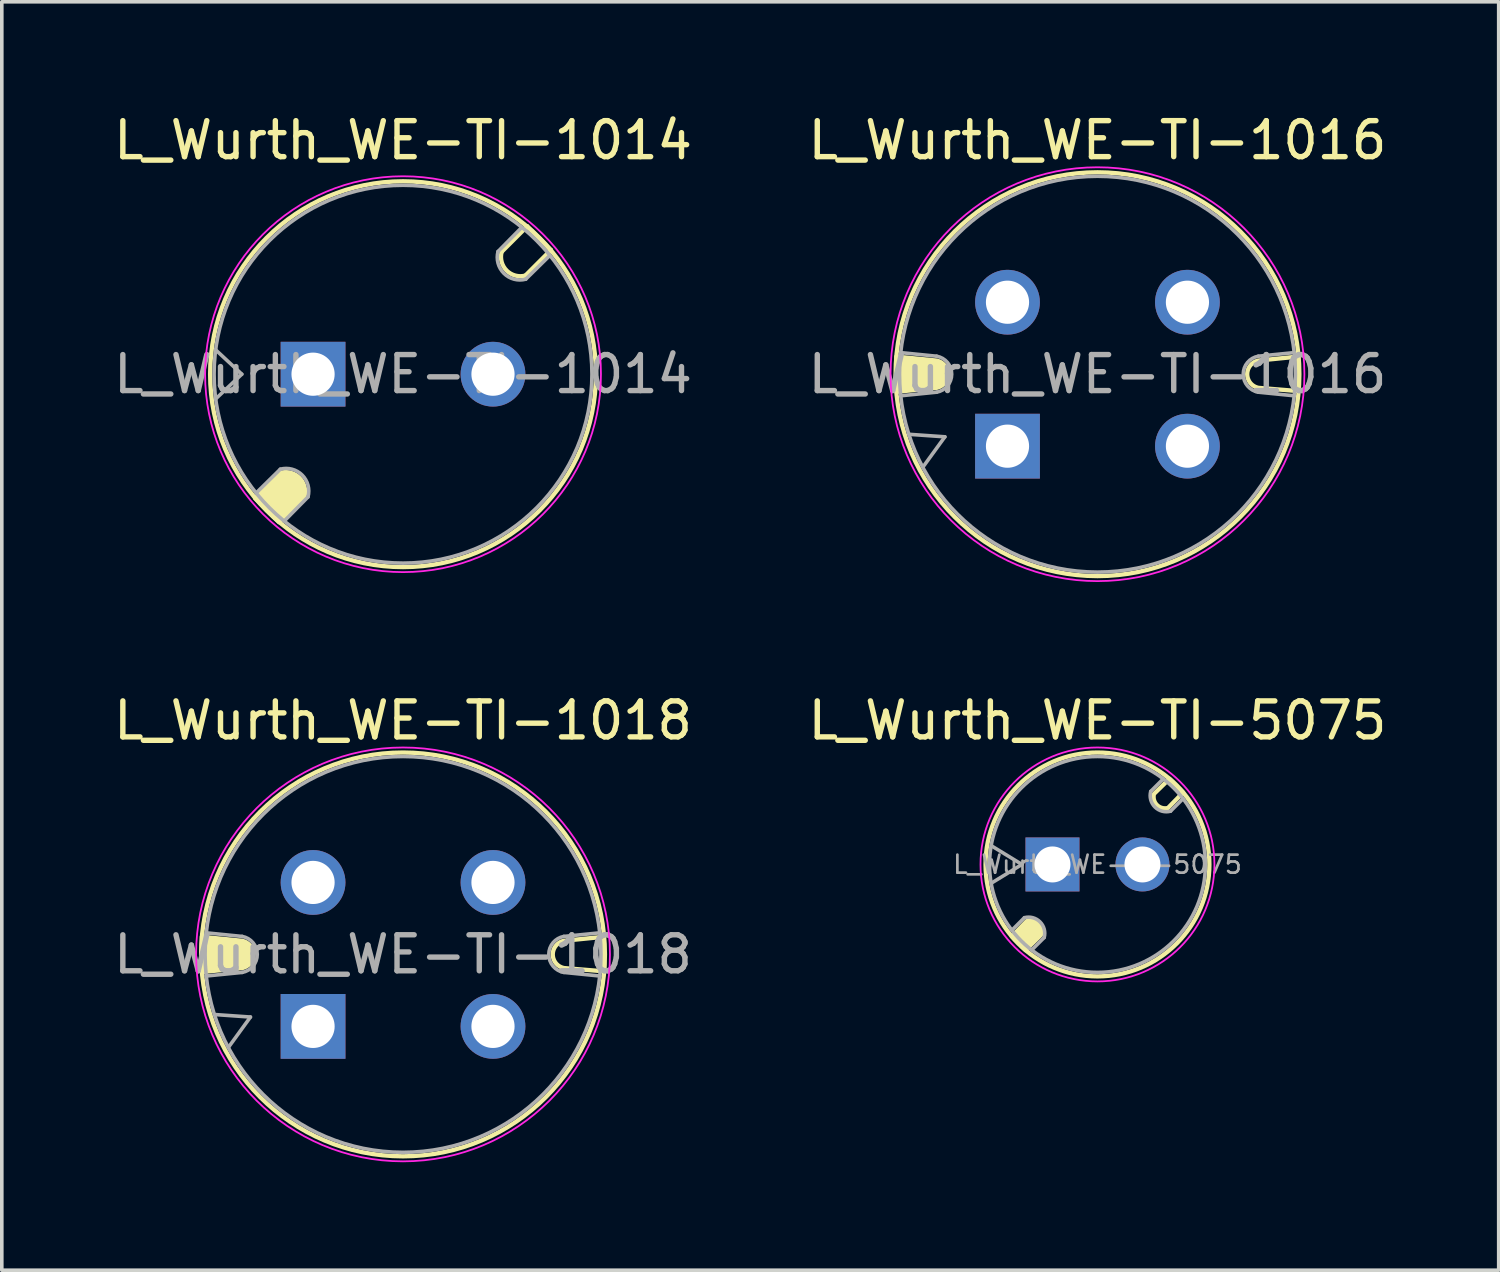
<source format=kicad_pcb>
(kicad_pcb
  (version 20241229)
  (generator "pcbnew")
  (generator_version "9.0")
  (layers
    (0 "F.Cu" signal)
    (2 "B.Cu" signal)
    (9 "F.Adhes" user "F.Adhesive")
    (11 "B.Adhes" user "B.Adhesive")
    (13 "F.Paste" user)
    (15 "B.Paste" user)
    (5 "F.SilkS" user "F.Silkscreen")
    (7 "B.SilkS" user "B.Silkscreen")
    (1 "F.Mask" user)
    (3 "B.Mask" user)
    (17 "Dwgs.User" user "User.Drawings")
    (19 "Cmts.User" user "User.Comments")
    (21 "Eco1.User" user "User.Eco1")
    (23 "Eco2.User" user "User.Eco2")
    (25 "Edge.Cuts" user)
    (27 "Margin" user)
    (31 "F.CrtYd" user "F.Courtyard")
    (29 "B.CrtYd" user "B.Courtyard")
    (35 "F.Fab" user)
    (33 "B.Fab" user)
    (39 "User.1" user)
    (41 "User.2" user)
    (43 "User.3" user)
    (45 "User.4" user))
  (footprint "L_Wurth_WE-TI-1018"
    (layer "F.Cu")
    (at 5.649 25.471)
    (property "Reference" "L_Wurth_WE-TI-1018" (at 2.5 -8.5 0) (unlocked yes) (layer "F.SilkS") (effects (font (size 1 1) (thickness 0.15))))
    (attr through_hole)
    (fp_circle (center 2.5 -2) (end 8.11 -2) (stroke (width 0.12) (type solid)) (fill no) (layer "F.SilkS"))
    (fp_poly (pts (xy -3.09 -1.51) (xy -3.09 -2.49) (arc (start -1.98 -2.38) (mid -1.661142 -2) (end -1.98 -1.62)) (xy -3.09 -1.51)) (stroke (width 0.12) (type solid)) (fill yes) (layer "F.SilkS"))
    (fp_poly (pts (xy 8.09 -1.53) (xy 8.08 -2.49) (arc (start 6.98 -2.38) (mid 6.661142 -2) (end 6.98 -1.62)) (xy 8.09 -1.53)) (stroke (width 0.12) (type solid)) (fill no) (layer "F.SilkS"))
    (fp_circle (center 2.5 -2) (end 8.25 -2) (stroke (width 0.05) (type solid)) (fill no) (layer "F.CrtYd"))
    (fp_line (start -2.97 -1.4) (end -1.97 -1.5) (stroke (width 0.1) (type solid)) (layer "F.Fab"))
    (fp_line (start -2.74 -0.33) (end -1.74 -0.26) (stroke (width 0.1) (type solid)) (layer "F.Fab"))
    (fp_line (start -2.35 0.58) (end -1.74 -0.26) (stroke (width 0.1) (type solid)) (layer "F.Fab"))
    (fp_line (start -1.97 -2.5) (end -2.97 -2.6) (stroke (width 0.1) (type solid)) (layer "F.Fab"))
    (fp_line (start 6.97 -2.5) (end 7.97 -2.6) (stroke (width 0.1) (type solid)) (layer "F.Fab"))
    (fp_line (start 7.97 -1.4) (end 6.97 -1.5) (stroke (width 0.1) (type solid)) (layer "F.Fab"))
    (fp_arc (start -1.97 -2.5) (mid -1.55045 -2) (end -1.97 -1.5) (stroke (width 0.1) (type solid)) (layer "F.Fab"))
    (fp_arc (start 6.97 -1.5) (mid 6.55045 -2) (end 6.97 -2.5) (stroke (width 0.1) (type solid)) (layer "F.Fab"))
    (fp_circle (center 2.5 -2) (end 8 -2) (stroke (width 0.1) (type solid)) (fill no) (layer "F.Fab"))
    (fp_text user "${REFERENCE}" (at 2.5 -2 0) (unlocked yes) (layer "F.Fab") (effects (font (size 1 1) (thickness 0.15))))
    (pad "1" thru_hole rect (at 0 0) (size 1.8 1.8) (drill 1.2) (layers "*.Cu" "*.Mask"))
    (pad "2" thru_hole circle (at 5 0) (size 1.8 1.8) (drill 1.2) (layers "*.Cu" "*.Mask"))
    (pad "3" thru_hole circle (at 0 -4) (size 1.8 1.8) (drill 1.2) (layers "*.Cu" "*.Mask"))
    (pad "4" thru_hole circle (at 5 -4) (size 1.8 1.8) (drill 1.2) (layers "*.Cu" "*.Mask")))
  (footprint "L_Wurth_WE-TI-1014"
    (layer "F.Cu")
    (at 5.649 7.348)
    (property "Reference" "L_Wurth_WE-TI-1014" (at 2.5 -6.5 0) (unlocked yes) (layer "F.SilkS") (effects (font (size 1 1) (thickness 0.15))))
    (attr through_hole)
    (fp_line (start 5.24 -3.4) (end 5.95 -4.11) (stroke (width 0.12) (type solid)) (layer "F.SilkS"))
    (fp_line (start 5.9 -2.74) (end 6.61 -3.45) (stroke (width 0.12) (type solid)) (layer "F.SilkS"))
    (fp_line (start 6.61 -3.45) (end 5.95 -4.11) (stroke (width 0.12) (type solid)) (layer "F.SilkS"))
    (fp_arc (start 5.9 -2.74) (mid 5.379475 -2.879475) (end 5.24 -3.4) (stroke (width 0.12) (type solid)) (layer "F.SilkS"))
    (fp_circle (center 2.5 0) (end 7.86 0) (stroke (width 0.12) (type solid)) (fill no) (layer "F.SilkS"))
    (fp_poly (pts (xy -0.95 4.11) (xy -1.61 3.45) (arc (start -0.9 2.74) (mid -0.379475 2.879475) (end -0.24 3.4)) (xy -0.95 4.11)) (stroke (width 0.12) (type solid)) (fill yes) (layer "F.SilkS"))
    (fp_circle (center 2.5 0) (end 8 0) (stroke (width 0.05) (type solid)) (fill no) (layer "F.CrtYd"))
    (fp_line (start -2.71 -0.68) (end -1.98 0) (stroke (width 0.1) (type solid)) (layer "F.Fab"))
    (fp_line (start -1.98 0) (end -2.71 0.69) (stroke (width 0.1) (type solid)) (layer "F.Fab"))
    (fp_line (start -1.58 3.3) (end -0.91 2.64) (stroke (width 0.1) (type solid)) (layer "F.Fab"))
    (fp_line (start -0.8 4.08) (end -0.14 3.41) (stroke (width 0.1) (type solid)) (layer "F.Fab"))
    (fp_line (start 5.14 -3.41) (end 5.8 -4.08) (stroke (width 0.1) (type solid)) (layer "F.Fab"))
    (fp_line (start 5.91 -2.64) (end 6.58 -3.3) (stroke (width 0.1) (type solid)) (layer "F.Fab"))
    (fp_arc (start -0.91 2.64) (mid -0.302721 2.80272) (end -0.14 3.41) (stroke (width 0.1) (type solid)) (layer "F.Fab"))
    (fp_arc (start 5.91 -2.64) (mid 5.302721 -2.80272) (end 5.14 -3.41) (stroke (width 0.1) (type solid)) (layer "F.Fab"))
    (fp_circle (center 2.5 0) (end 7.75 0) (stroke (width 0.1) (type solid)) (fill no) (layer "F.Fab"))
    (fp_text user "${REFERENCE}" (at 2.5 0 0) (unlocked yes) (layer "F.Fab") (effects (font (size 1 1) (thickness 0.15))))
    (pad "1" thru_hole rect (at 0 0) (size 1.8 1.8) (drill 1.2) (layers "*.Cu" "*.Mask"))
    (pad "2" thru_hole circle (at 5 0) (size 1.8 1.8) (drill 1.2) (layers "*.Cu" "*.Mask")))
  (footprint "L_Wurth_WE-TI-5075"
    (layer "F.Cu")
    (at 26.196 20.971)
    (property "Reference" "L_Wurth_WE-TI-5075" (at 1.25 -4 0) (unlocked yes) (layer "F.SilkS") (effects (font (size 1 1) (thickness 0.15))))
    (attr through_hole)
    (fp_circle (center 1.25 0) (end 4.36 0) (stroke (width 0.12) (type solid)) (fill no) (layer "F.SilkS"))
    (fp_poly (pts (arc (start -0.32 1.96) (mid -0.402418 1.652417) (end -0.71 1.57)) (xy -1.13 2) (xy -0.75 2.38) (xy -0.32 1.96)) (stroke (width 0.12) (type solid)) (fill yes) (layer "F.SilkS"))
    (fp_poly (pts (xy 3.25 -2.38) (arc (start 2.82 -1.96) (mid 2.902418 -1.652417) (end 3.21 -1.57)) (xy 3.63 -2) (xy 3.25 -2.38)) (stroke (width 0.12) (type solid)) (fill no) (layer "F.SilkS"))
    (fp_circle (center 1.25 0) (end 4.5 0) (stroke (width 0.05) (type solid)) (fill no) (layer "F.CrtYd"))
    (fp_line (start -1.7 -0.52) (end -0.85 0) (stroke (width 0.1) (type solid)) (layer "F.Fab"))
    (fp_line (start -1.13 1.83) (end -0.78 1.48) (stroke (width 0.1) (type solid)) (layer "F.Fab"))
    (fp_line (start -0.85 0) (end -1.7 0.52) (stroke (width 0.1) (type solid)) (layer "F.Fab"))
    (fp_line (start -0.58 2.38) (end -0.23 2.03) (stroke (width 0.1) (type solid)) (layer "F.Fab"))
    (fp_line (start 3.08 -2.38) (end 2.73 -2.03) (stroke (width 0.1) (type solid)) (layer "F.Fab"))
    (fp_line (start 3.28 -1.48) (end 3.63 -1.83) (stroke (width 0.1) (type solid)) (layer "F.Fab"))
    (fp_arc (start -0.78 1.48) (mid -0.34623 1.596229) (end -0.23 2.03) (stroke (width 0.1) (type solid)) (layer "F.Fab"))
    (fp_arc (start 3.28 -1.48) (mid 2.84623 -1.596229) (end 2.73 -2.03) (stroke (width 0.1) (type solid)) (layer "F.Fab"))
    (fp_circle (center 1.25 0) (end 4.25 0) (stroke (width 0.1) (type solid)) (fill no) (layer "F.Fab"))
    (fp_text user "${REFERENCE}" (at 1.25 0 0) (unlocked yes) (layer "F.Fab") (effects (font (size 0.5 0.5) (thickness 0.075))))
    (pad "1" thru_hole rect (at 0 0) (size 1.5 1.5) (drill 1) (layers "*.Cu" "*.Mask"))
    (pad "2" thru_hole circle (at 2.5 0) (size 1.5 1.5) (drill 1) (layers "*.Cu" "*.Mask")))
  (footprint "L_Wurth_WE-TI-1016"
    (layer "F.Cu")
    (at 24.946 9.348)
    (property "Reference" "L_Wurth_WE-TI-1016" (at 2.5 -8.5 0) (unlocked yes) (layer "F.SilkS") (effects (font (size 1 1) (thickness 0.15))))
    (attr through_hole)
    (fp_circle (center 2.5 -2) (end 8.11 -2) (stroke (width 0.12) (type solid)) (fill no) (layer "F.SilkS"))
    (fp_poly (pts (xy -3.09 -1.51) (xy -3.09 -2.49) (arc (start -1.98 -2.38) (mid -1.661142 -2) (end -1.98 -1.62)) (xy -3.09 -1.51)) (stroke (width 0.12) (type solid)) (fill yes) (layer "F.SilkS"))
    (fp_poly (pts (xy 8.09 -1.53) (xy 8.08 -2.49) (arc (start 6.98 -2.38) (mid 6.661142 -2) (end 6.98 -1.62)) (xy 8.09 -1.53)) (stroke (width 0.12) (type solid)) (fill no) (layer "F.SilkS"))
    (fp_circle (center 2.5 -2) (end 8.25 -2) (stroke (width 0.05) (type solid)) (fill no) (layer "F.CrtYd"))
    (fp_line (start -2.97 -1.4) (end -1.97 -1.5) (stroke (width 0.1) (type solid)) (layer "F.Fab"))
    (fp_line (start -2.74 -0.33) (end -1.74 -0.26) (stroke (width 0.1) (type solid)) (layer "F.Fab"))
    (fp_line (start -2.35 0.58) (end -1.74 -0.26) (stroke (width 0.1) (type solid)) (layer "F.Fab"))
    (fp_line (start -1.97 -2.5) (end -2.97 -2.6) (stroke (width 0.1) (type solid)) (layer "F.Fab"))
    (fp_line (start 6.97 -2.5) (end 7.97 -2.6) (stroke (width 0.1) (type solid)) (layer "F.Fab"))
    (fp_line (start 7.97 -1.4) (end 6.97 -1.5) (stroke (width 0.1) (type solid)) (layer "F.Fab"))
    (fp_arc (start -1.97 -2.5) (mid -1.55045 -2) (end -1.97 -1.5) (stroke (width 0.1) (type solid)) (layer "F.Fab"))
    (fp_arc (start 6.97 -1.5) (mid 6.55045 -2) (end 6.97 -2.5) (stroke (width 0.1) (type solid)) (layer "F.Fab"))
    (fp_circle (center 2.5 -2) (end 8 -2) (stroke (width 0.1) (type solid)) (fill no) (layer "F.Fab"))
    (fp_text user "${REFERENCE}" (at 2.5 -2 0) (unlocked yes) (layer "F.Fab") (effects (font (size 1 1) (thickness 0.15))))
    (pad "1" thru_hole rect (at 0 0) (size 1.8 1.8) (drill 1.2) (layers "*.Cu" "*.Mask"))
    (pad "2" thru_hole circle (at 5 0) (size 1.8 1.8) (drill 1.2) (layers "*.Cu" "*.Mask"))
    (pad "3" thru_hole circle (at 0 -4) (size 1.8 1.8) (drill 1.2) (layers "*.Cu" "*.Mask"))
    (pad "4" thru_hole circle (at 5 -4) (size 1.8 1.8) (drill 1.2) (layers "*.Cu" "*.Mask")))
  (gr_rect
    (start -3 -3)
    (end 38.595 32.246)
    (stroke (width 0.1) (type default))
    (fill no)
    (layer "Edge.Cuts")))
</source>
